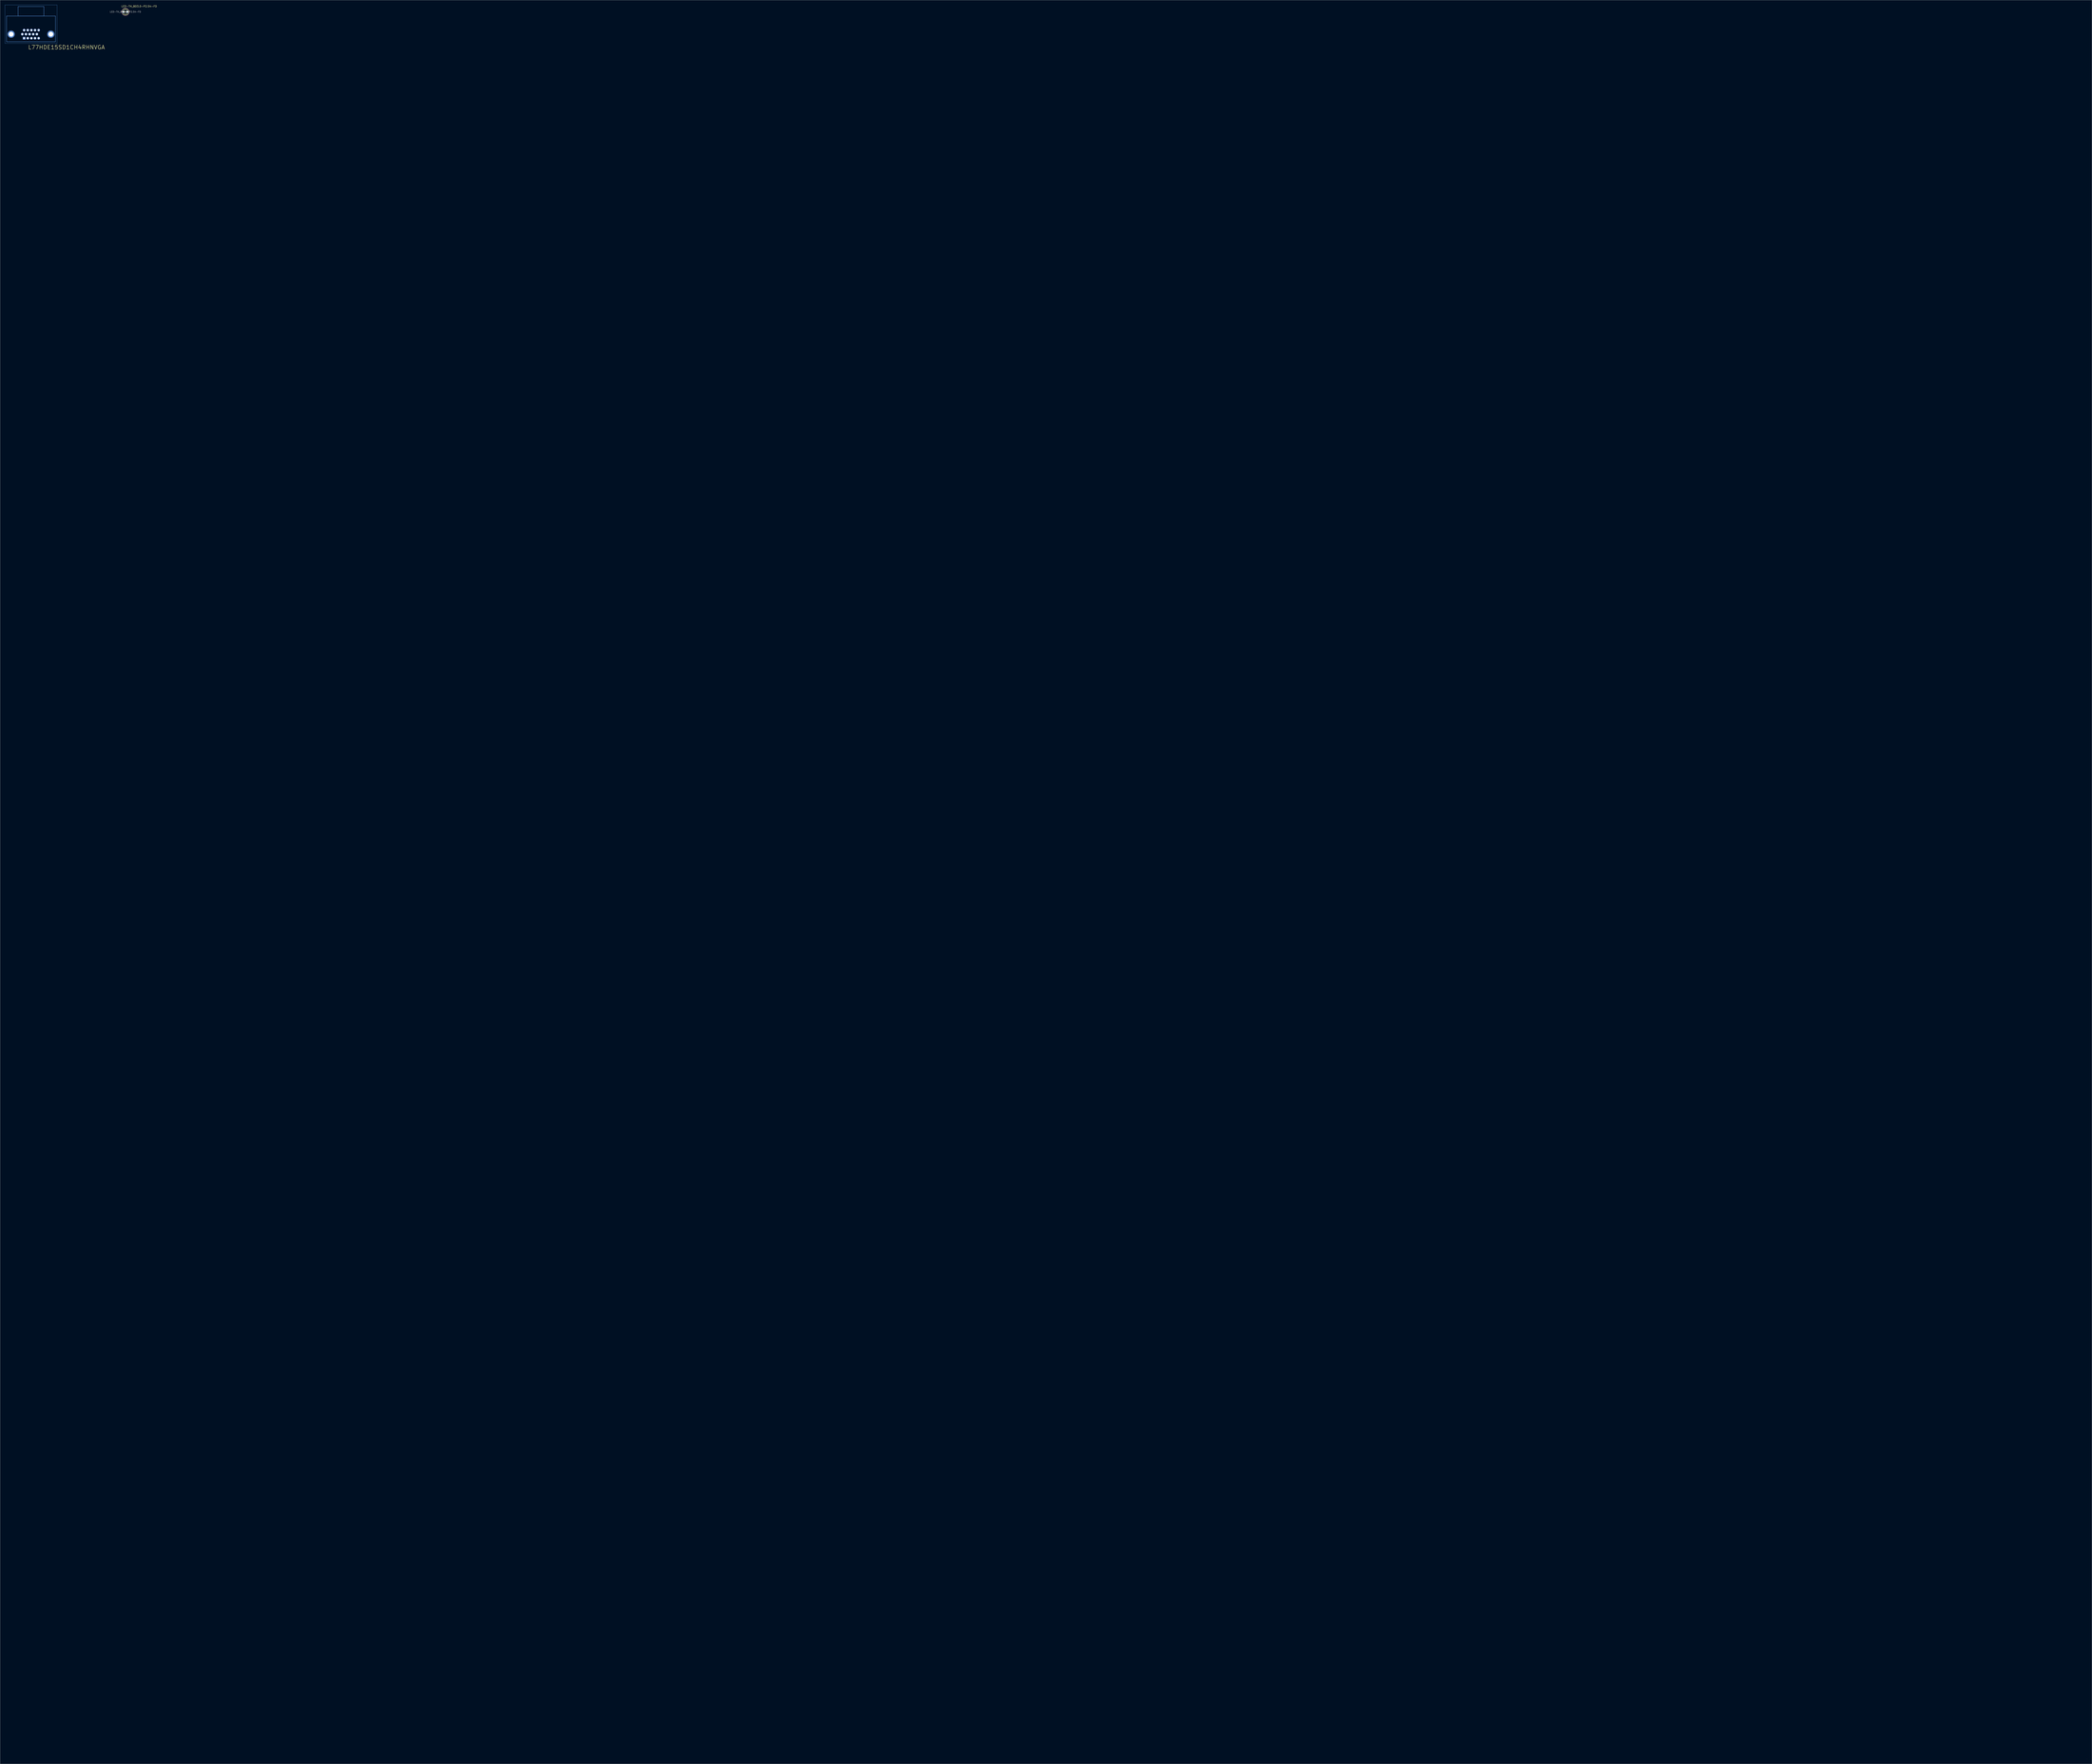
<source format=kicad_pcb>
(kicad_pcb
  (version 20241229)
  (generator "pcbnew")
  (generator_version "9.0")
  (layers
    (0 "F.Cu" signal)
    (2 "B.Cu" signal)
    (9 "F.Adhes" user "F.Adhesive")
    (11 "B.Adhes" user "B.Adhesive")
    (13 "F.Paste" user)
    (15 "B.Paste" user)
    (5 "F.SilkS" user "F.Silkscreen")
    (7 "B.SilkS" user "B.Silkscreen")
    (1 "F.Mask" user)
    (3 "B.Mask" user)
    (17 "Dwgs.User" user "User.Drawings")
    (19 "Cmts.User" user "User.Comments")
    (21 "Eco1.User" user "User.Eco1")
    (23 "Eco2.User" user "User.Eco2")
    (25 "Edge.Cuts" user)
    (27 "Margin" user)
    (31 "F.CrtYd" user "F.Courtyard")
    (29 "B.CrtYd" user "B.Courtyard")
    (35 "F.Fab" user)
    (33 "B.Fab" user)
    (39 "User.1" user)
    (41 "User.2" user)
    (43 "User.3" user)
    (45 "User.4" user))
  (footprint "L77HDE15SD1CH4RHNVGA"
    (layer "F.Cu")
    (at 12.145 15.94)
    (property "Reference" "L77HDE15SD1CH4RHNVGA" (at 2.419 10.795 0) (layer "F.SilkS") (effects (font (size 2.5 2.5) (thickness 0.25)) (justify left)))
    (attr through_hole)
    (fp_line (start -11.095 -8.89) (end -11.095 7.33) (stroke (width 0.1) (type solid)) (layer "F.SilkS"))
    (fp_line (start -11.095 7.33) (end 19.745 7.33) (stroke (width 0.1) (type solid)) (layer "F.SilkS"))
    (fp_line (start -3.805 -14.89) (end 12.455 -14.89) (stroke (width 0.1) (type solid)) (layer "F.SilkS"))
    (fp_line (start -3.805 -8.89) (end -3.805 -14.89) (stroke (width 0.1) (type solid)) (layer "F.SilkS"))
    (fp_line (start 12.455 -14.89) (end 12.455 -8.89) (stroke (width 0.1) (type solid)) (layer "F.SilkS"))
    (fp_line (start 12.455 -8.89) (end -3.805 -8.89) (stroke (width 0.1) (type solid)) (layer "F.SilkS"))
    (fp_line (start 19.745 -8.89) (end -11.095 -8.89) (stroke (width 0.1) (type solid)) (layer "F.SilkS"))
    (fp_line (start 19.745 7.33) (end 19.745 -8.89) (stroke (width 0.1) (type solid)) (layer "F.SilkS"))
    (fp_line (start -12.095 -15.89) (end -12.095 8.33) (stroke (width 0.1) (type solid)) (layer "Cmts.User"))
    (fp_line (start -12.095 8.33) (end 20.745 8.33) (stroke (width 0.1) (type solid)) (layer "Cmts.User"))
    (fp_line (start -11.095 -8.89) (end 19.745 -8.89) (stroke (width 0.2) (type solid)) (layer "Cmts.User"))
    (fp_line (start -11.095 7.33) (end -11.095 -8.89) (stroke (width 0.2) (type solid)) (layer "Cmts.User"))
    (fp_line (start -3.805 -14.89) (end 12.455 -14.89) (stroke (width 0.2) (type solid)) (layer "Cmts.User"))
    (fp_line (start -3.805 -8.89) (end -3.805 -14.89) (stroke (width 0.2) (type solid)) (layer "Cmts.User"))
    (fp_line (start 12.455 -14.89) (end 12.455 -8.89) (stroke (width 0.2) (type solid)) (layer "Cmts.User"))
    (fp_line (start 12.455 -8.89) (end -3.805 -8.89) (stroke (width 0.2) (type solid)) (layer "Cmts.User"))
    (fp_line (start 19.745 -8.89) (end 19.745 7.33) (stroke (width 0.2) (type solid)) (layer "Cmts.User"))
    (fp_line (start 19.745 7.33) (end -11.095 7.33) (stroke (width 0.2) (type solid)) (layer "Cmts.User"))
    (fp_line (start 20.745 -15.89) (end -12.095 -15.89) (stroke (width 0.1) (type solid)) (layer "Cmts.User"))
    (fp_line (start 20.745 8.33) (end 20.745 -15.89) (stroke (width 0.1) (type solid)) (layer "Cmts.User"))
    (pad "1" thru_hole rect (at 0.000025 5.08 180) (size 1.785 1.785) (drill oval 1.19 1.19) (layers "*.Cu" "*.Mask"))
    (pad "2" thru_hole circle (at 2.29 5.08 180) (size 1.785 1.785) (drill oval 1.19 1.19) (layers "*.Cu" "*.Mask"))
    (pad "3" thru_hole circle (at 4.58 5.08 180) (size 1.785 1.785) (drill oval 1.19 1.19) (layers "*.Cu" "*.Mask"))
    (pad "4" thru_hole circle (at 6.87 5.08 180) (size 1.785 1.785) (drill oval 1.19 1.19) (layers "*.Cu" "*.Mask"))
    (pad "5" thru_hole circle (at 9.16 5.08 180) (size 1.785 1.785) (drill oval 1.19 1.19) (layers "*.Cu" "*.Mask"))
    (pad "6" thru_hole circle (at -1.145 2.54 180) (size 1.785 1.785) (drill oval 1.19 1.19) (layers "*.Cu" "*.Mask"))
    (pad "7" thru_hole circle (at 1.145 2.54 180) (size 1.785 1.785) (drill oval 1.19 1.19) (layers "*.Cu" "*.Mask"))
    (pad "8" thru_hole circle (at 3.435 2.54 180) (size 1.785 1.785) (drill oval 1.19 1.19) (layers "*.Cu" "*.Mask"))
    (pad "9" thru_hole circle (at 5.725 2.54 180) (size 1.785 1.785) (drill oval 1.19 1.19) (layers "*.Cu" "*.Mask"))
    (pad "10" thru_hole circle (at 8.015 2.54 180) (size 1.785 1.785) (drill oval 1.19 1.19) (layers "*.Cu" "*.Mask"))
    (pad "11" thru_hole circle (at 0.000025 0 180) (size 1.785 1.785) (drill oval 1.19 1.19) (layers "*.Cu" "*.Mask"))
    (pad "12" thru_hole circle (at 2.29 0 180) (size 1.785 1.785) (drill oval 1.19 1.19) (layers "*.Cu" "*.Mask"))
    (pad "13" thru_hole circle (at 4.58 0 180) (size 1.785 1.785) (drill oval 1.19 1.19) (layers "*.Cu" "*.Mask"))
    (pad "14" thru_hole circle (at 6.87 0 180) (size 1.785 1.785) (drill oval 1.19 1.19) (layers "*.Cu" "*.Mask"))
    (pad "15" thru_hole circle (at 9.16 0 180) (size 1.785 1.785) (drill oval 1.19 1.19) (layers "*.Cu" "*.Mask"))
    (pad "MH1" thru_hole circle (at -8.17 2.54 180) (size 4.575 4.575) (drill oval 3.055 3.05) (layers "*.Cu" "*.Mask"))
    (pad "MH2" thru_hole circle (at 16.82 2.54 180) (size 4.575 4.575) (drill oval 3.055 3.05) (layers "*.Cu" "*.Mask")))
  (footprint "LED-TH_BD3.0-P2.54-FD"
    (layer "F.Cu")
    (at 75.939 4.401)
    (property "Reference" "LED-TH_BD3.0-P2.54-FD" (at -2.666 -3.465 0) (layer "F.SilkS") (effects (font (size 1.143 1.143) (thickness 0.152)) (justify left)))
    (attr through_hole)
    (fp_circle (center 1235.413 1100.662) (end 1235.413 1100.692) (stroke (width 0.06) (type solid)) (fill no) (layer "F.Cu"))
    (fp_line (start -1.83 1.145) (end -1.83 0.819) (stroke (width 0.254) (type solid)) (layer "F.SilkS"))
    (fp_line (start -1.809 -0.834) (end -1.805 -1.128) (stroke (width 0.254) (type solid)) (layer "F.SilkS"))
    (fp_arc (start -1.805407 -1.128166) (mid 0.271367 -2.111553) (end 2.032001 -0.635) (stroke (width 0.254) (type solid)) (layer "F.SilkS"))
    (fp_arc (start -1.148639 -0.966089) (mid 0.019414 -1.500777) (end 1.173251 -0.936065) (stroke (width 0.254) (type solid)) (layer "F.SilkS"))
    (fp_arc (start 1.145946 0.966902) (mid -0.045854 1.498671) (end -1.202919 0.895045) (stroke (width 0.254) (type solid)) (layer "F.SilkS"))
    (fp_arc (start 2.064106 0.633019) (mid 0.28133 2.140588) (end -1.830452 1.14488) (stroke (width 0.254) (type solid)) (layer "F.SilkS"))
    (fp_circle (center 0 0) (end 2.5 0) (stroke (width 0.05) (type solid)) (fill no) (layer "F.CrtYd"))
    (fp_text user "POWER" (at 0 0 0) (layer "F.SilkS") (effects (font (size 1 1) (thickness 0.15))))
    (fp_text user "${REFERENCE}" (at 0 0 0) (layer "F.Fab") (effects (font (size 1 1) (thickness 0.15))))
    (pad "1" thru_hole circle (at 1.27 0 180) (size 1.524 1.524) (drill 0.914) (layers "*.Cu" "*.Mask"))
    (pad "2" thru_hole circle (at -1.27 0 180) (size 1.524 1.524) (drill 0.914) (layers "*.Cu" "*.Mask")))
  (gr_rect
    (start -3 -3)
    (end 1314.411 1108.123)
    (stroke (width 0.1) (type default))
    (fill no)
    (layer "Edge.Cuts")))
</source>
